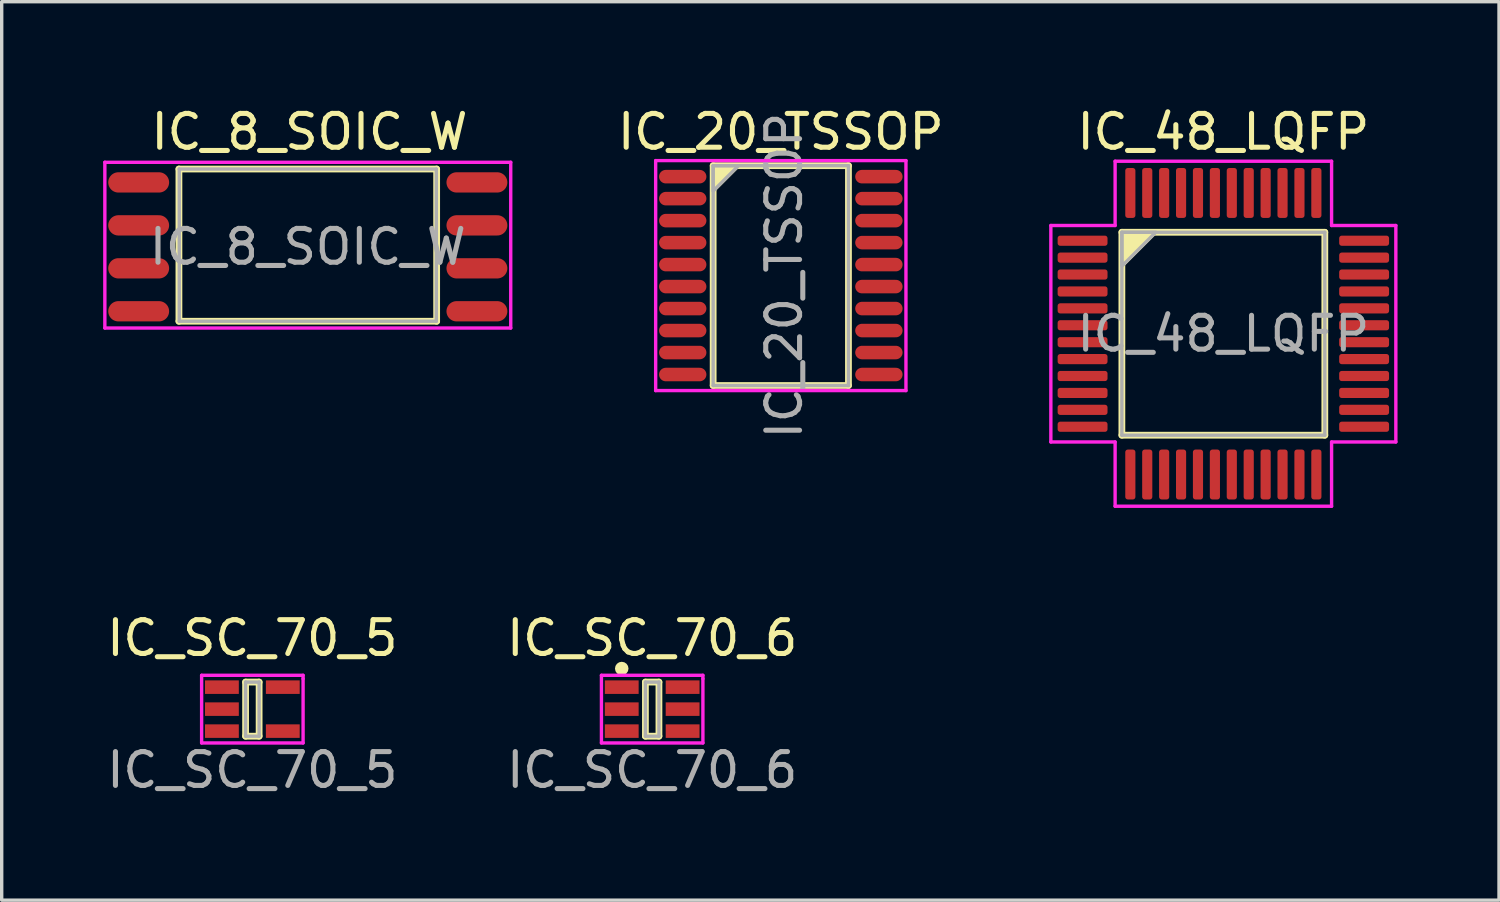
<source format=kicad_pcb>
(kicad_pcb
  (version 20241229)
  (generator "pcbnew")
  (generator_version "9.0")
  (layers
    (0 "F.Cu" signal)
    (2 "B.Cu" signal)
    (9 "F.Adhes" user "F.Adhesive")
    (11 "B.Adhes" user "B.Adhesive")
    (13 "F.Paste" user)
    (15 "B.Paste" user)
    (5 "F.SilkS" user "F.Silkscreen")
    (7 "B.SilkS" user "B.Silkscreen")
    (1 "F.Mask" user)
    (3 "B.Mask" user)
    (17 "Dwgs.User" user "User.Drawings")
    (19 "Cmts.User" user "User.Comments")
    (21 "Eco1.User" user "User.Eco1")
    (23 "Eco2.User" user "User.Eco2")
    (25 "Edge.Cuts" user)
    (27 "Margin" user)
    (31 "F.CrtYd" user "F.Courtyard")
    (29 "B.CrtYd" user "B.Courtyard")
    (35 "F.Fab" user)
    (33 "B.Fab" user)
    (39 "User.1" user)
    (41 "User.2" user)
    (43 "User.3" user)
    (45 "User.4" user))
  (footprint "IC_48_LQFP"
    (layer "F.Cu")
    (at 33.119 6.817)
    (property "Reference" "IC_48_LQFP" (at 0 -5.969 0) (layer "F.SilkS") (effects (font (size 1 1) (thickness 0.15))))
    (attr through_hole)
    (fp_line (start -3 -3) (end 3 -3) (stroke (width 0.2) (type solid)) (layer "F.SilkS"))
    (fp_line (start -3 3) (end -3 -3) (stroke (width 0.2) (type solid)) (layer "F.SilkS"))
    (fp_line (start 3 -3) (end 3 3) (stroke (width 0.2) (type solid)) (layer "F.SilkS"))
    (fp_line (start 3 3) (end -3 3) (stroke (width 0.2) (type solid)) (layer "F.SilkS"))
    (fp_poly (pts (xy -3 -2) (xy -3 -3) (xy -2 -3)) (stroke (width 0.1) (type solid)) (fill yes) (layer "F.SilkS"))
    (fp_line (start -5.1 -3.2) (end -5.1 3.2) (stroke (width 0.1) (type solid)) (layer "F.CrtYd"))
    (fp_line (start -5.1 3.2) (end -3.2 3.2) (stroke (width 0.1) (type solid)) (layer "F.CrtYd"))
    (fp_line (start -3.2 -5.1) (end -3.2 -3.2) (stroke (width 0.1) (type solid)) (layer "F.CrtYd"))
    (fp_line (start -3.2 -3.2) (end -5.1 -3.2) (stroke (width 0.1) (type solid)) (layer "F.CrtYd"))
    (fp_line (start -3.2 3.2) (end -3.2 5.1) (stroke (width 0.1) (type solid)) (layer "F.CrtYd"))
    (fp_line (start -3.2 5.1) (end 3.2 5.1) (stroke (width 0.1) (type solid)) (layer "F.CrtYd"))
    (fp_line (start 3.2 -5.1) (end -3.2 -5.1) (stroke (width 0.1) (type solid)) (layer "F.CrtYd"))
    (fp_line (start 3.2 -3.2) (end 3.2 -5.1) (stroke (width 0.1) (type solid)) (layer "F.CrtYd"))
    (fp_line (start 3.2 3.2) (end 5.1 3.2) (stroke (width 0.1) (type solid)) (layer "F.CrtYd"))
    (fp_line (start 3.2 5.1) (end 3.2 3.2) (stroke (width 0.1) (type solid)) (layer "F.CrtYd"))
    (fp_line (start 5.1 -3.2) (end 3.2 -3.2) (stroke (width 0.1) (type solid)) (layer "F.CrtYd"))
    (fp_line (start 5.1 3.2) (end 5.1 -3.2) (stroke (width 0.1) (type solid)) (layer "F.CrtYd"))
    (fp_line (start -3 -3) (end 3 -3) (stroke (width 0.1) (type solid)) (layer "F.Fab"))
    (fp_line (start -3 3) (end -3 -3) (stroke (width 0.1) (type solid)) (layer "F.Fab"))
    (fp_line (start 3 -3) (end 3 3) (stroke (width 0.1) (type solid)) (layer "F.Fab"))
    (fp_line (start 3 3) (end -3 3) (stroke (width 0.1) (type solid)) (layer "F.Fab"))
    (fp_poly (pts (xy -3 -2) (xy -3 -3) (xy -2 -3)) (stroke (width 0.1) (type solid)) (fill no) (layer "F.Fab"))
    (fp_text user "${REFERENCE}" (at 0 0 0) (layer "F.Fab") (effects (font (size 1 1) (thickness 0.15))))
    (pad "1" smd roundrect (at -4.162 -2.75) (size 1.475 0.3) (layers "F.Cu" "F.Mask" "F.Paste") (roundrect_rratio 0.25))
    (pad "2" smd roundrect (at -4.162 -2.25) (size 1.475 0.3) (layers "F.Cu" "F.Mask" "F.Paste") (roundrect_rratio 0.25))
    (pad "3" smd roundrect (at -4.162 -1.75) (size 1.475 0.3) (layers "F.Cu" "F.Mask" "F.Paste") (roundrect_rratio 0.25))
    (pad "4" smd roundrect (at -4.162 -1.25) (size 1.475 0.3) (layers "F.Cu" "F.Mask" "F.Paste") (roundrect_rratio 0.25))
    (pad "5" smd roundrect (at -4.162 -0.75) (size 1.475 0.3) (layers "F.Cu" "F.Mask" "F.Paste") (roundrect_rratio 0.25))
    (pad "6" smd roundrect (at -4.162 -0.25) (size 1.475 0.3) (layers "F.Cu" "F.Mask" "F.Paste") (roundrect_rratio 0.25))
    (pad "7" smd roundrect (at -4.162 0.25) (size 1.475 0.3) (layers "F.Cu" "F.Mask" "F.Paste") (roundrect_rratio 0.25))
    (pad "8" smd roundrect (at -4.162 0.75) (size 1.475 0.3) (layers "F.Cu" "F.Mask" "F.Paste") (roundrect_rratio 0.25))
    (pad "9" smd roundrect (at -4.162 1.25) (size 1.475 0.3) (layers "F.Cu" "F.Mask" "F.Paste") (roundrect_rratio 0.25))
    (pad "10" smd roundrect (at -4.162 1.75) (size 1.475 0.3) (layers "F.Cu" "F.Mask" "F.Paste") (roundrect_rratio 0.25))
    (pad "11" smd roundrect (at -4.162 2.25) (size 1.475 0.3) (layers "F.Cu" "F.Mask" "F.Paste") (roundrect_rratio 0.25))
    (pad "12" smd roundrect (at -4.162 2.75) (size 1.475 0.3) (layers "F.Cu" "F.Mask" "F.Paste") (roundrect_rratio 0.25))
    (pad "13" smd roundrect (at -2.75 4.162) (size 0.3 1.475) (layers "F.Cu" "F.Mask" "F.Paste") (roundrect_rratio 0.25))
    (pad "14" smd roundrect (at -2.25 4.162) (size 0.3 1.475) (layers "F.Cu" "F.Mask" "F.Paste") (roundrect_rratio 0.25))
    (pad "15" smd roundrect (at -1.75 4.162) (size 0.3 1.475) (layers "F.Cu" "F.Mask" "F.Paste") (roundrect_rratio 0.25))
    (pad "16" smd roundrect (at -1.25 4.162) (size 0.3 1.475) (layers "F.Cu" "F.Mask" "F.Paste") (roundrect_rratio 0.25))
    (pad "17" smd roundrect (at -0.75 4.162) (size 0.3 1.475) (layers "F.Cu" "F.Mask" "F.Paste") (roundrect_rratio 0.25))
    (pad "18" smd roundrect (at -0.25 4.162) (size 0.3 1.475) (layers "F.Cu" "F.Mask" "F.Paste") (roundrect_rratio 0.25))
    (pad "19" smd roundrect (at 0.25 4.162) (size 0.3 1.475) (layers "F.Cu" "F.Mask" "F.Paste") (roundrect_rratio 0.25))
    (pad "20" smd roundrect (at 0.75 4.162) (size 0.3 1.475) (layers "F.Cu" "F.Mask" "F.Paste") (roundrect_rratio 0.25))
    (pad "21" smd roundrect (at 1.25 4.162) (size 0.3 1.475) (layers "F.Cu" "F.Mask" "F.Paste") (roundrect_rratio 0.25))
    (pad "22" smd roundrect (at 1.75 4.162) (size 0.3 1.475) (layers "F.Cu" "F.Mask" "F.Paste") (roundrect_rratio 0.25))
    (pad "23" smd roundrect (at 2.25 4.162) (size 0.3 1.475) (layers "F.Cu" "F.Mask" "F.Paste") (roundrect_rratio 0.25))
    (pad "24" smd roundrect (at 2.75 4.162) (size 0.3 1.475) (layers "F.Cu" "F.Mask" "F.Paste") (roundrect_rratio 0.25))
    (pad "25" smd roundrect (at 4.162 2.75) (size 1.475 0.3) (layers "F.Cu" "F.Mask" "F.Paste") (roundrect_rratio 0.25))
    (pad "26" smd roundrect (at 4.162 2.25) (size 1.475 0.3) (layers "F.Cu" "F.Mask" "F.Paste") (roundrect_rratio 0.25))
    (pad "27" smd roundrect (at 4.162 1.75) (size 1.475 0.3) (layers "F.Cu" "F.Mask" "F.Paste") (roundrect_rratio 0.25))
    (pad "28" smd roundrect (at 4.162 1.25) (size 1.475 0.3) (layers "F.Cu" "F.Mask" "F.Paste") (roundrect_rratio 0.25))
    (pad "29" smd roundrect (at 4.162 0.75) (size 1.475 0.3) (layers "F.Cu" "F.Mask" "F.Paste") (roundrect_rratio 0.25))
    (pad "30" smd roundrect (at 4.162 0.25) (size 1.475 0.3) (layers "F.Cu" "F.Mask" "F.Paste") (roundrect_rratio 0.25))
    (pad "31" smd roundrect (at 4.162 -0.25) (size 1.475 0.3) (layers "F.Cu" "F.Mask" "F.Paste") (roundrect_rratio 0.25))
    (pad "32" smd roundrect (at 4.162 -0.75) (size 1.475 0.3) (layers "F.Cu" "F.Mask" "F.Paste") (roundrect_rratio 0.25))
    (pad "33" smd roundrect (at 4.162 -1.25) (size 1.475 0.3) (layers "F.Cu" "F.Mask" "F.Paste") (roundrect_rratio 0.25))
    (pad "34" smd roundrect (at 4.162 -1.75) (size 1.475 0.3) (layers "F.Cu" "F.Mask" "F.Paste") (roundrect_rratio 0.25))
    (pad "35" smd roundrect (at 4.162 -2.25) (size 1.475 0.3) (layers "F.Cu" "F.Mask" "F.Paste") (roundrect_rratio 0.25))
    (pad "36" smd roundrect (at 4.162 -2.75) (size 1.475 0.3) (layers "F.Cu" "F.Mask" "F.Paste") (roundrect_rratio 0.25))
    (pad "37" smd roundrect (at 2.75 -4.162) (size 0.3 1.475) (layers "F.Cu" "F.Mask" "F.Paste") (roundrect_rratio 0.25))
    (pad "38" smd roundrect (at 2.25 -4.162) (size 0.3 1.475) (layers "F.Cu" "F.Mask" "F.Paste") (roundrect_rratio 0.25))
    (pad "39" smd roundrect (at 1.75 -4.162) (size 0.3 1.475) (layers "F.Cu" "F.Mask" "F.Paste") (roundrect_rratio 0.25))
    (pad "40" smd roundrect (at 1.25 -4.162) (size 0.3 1.475) (layers "F.Cu" "F.Mask" "F.Paste") (roundrect_rratio 0.25))
    (pad "41" smd roundrect (at 0.75 -4.162) (size 0.3 1.475) (layers "F.Cu" "F.Mask" "F.Paste") (roundrect_rratio 0.25))
    (pad "42" smd roundrect (at 0.25 -4.162) (size 0.3 1.475) (layers "F.Cu" "F.Mask" "F.Paste") (roundrect_rratio 0.25))
    (pad "43" smd roundrect (at -0.25 -4.162) (size 0.3 1.475) (layers "F.Cu" "F.Mask" "F.Paste") (roundrect_rratio 0.25))
    (pad "44" smd roundrect (at -0.75 -4.162) (size 0.3 1.475) (layers "F.Cu" "F.Mask" "F.Paste") (roundrect_rratio 0.25))
    (pad "45" smd roundrect (at -1.25 -4.162) (size 0.3 1.475) (layers "F.Cu" "F.Mask" "F.Paste") (roundrect_rratio 0.25))
    (pad "46" smd roundrect (at -1.75 -4.162) (size 0.3 1.475) (layers "F.Cu" "F.Mask" "F.Paste") (roundrect_rratio 0.25))
    (pad "47" smd roundrect (at -2.25 -4.162) (size 0.3 1.475) (layers "F.Cu" "F.Mask" "F.Paste") (roundrect_rratio 0.25))
    (pad "48" smd roundrect (at -2.75 -4.162) (size 0.3 1.475) (layers "F.Cu" "F.Mask" "F.Paste") (roundrect_rratio 0.25)))
  (footprint "IC_SC_70_6"
    (layer "F.Cu")
    (at 16.232 17.916)
    (property "Reference" "IC_SC_70_6" (at 0 -2.1 0) (layer "F.SilkS") (effects (font (size 1 1) (thickness 0.15))))
    (attr through_hole)
    (fp_line (start -0.2 -0.8) (end -0.2 0.8) (stroke (width 0.2) (type solid)) (layer "F.SilkS"))
    (fp_line (start -0.2 0.8) (end 0.2 0.8) (stroke (width 0.2) (type solid)) (layer "F.SilkS"))
    (fp_line (start 0.2 -0.8) (end -0.2 -0.8) (stroke (width 0.2) (type solid)) (layer "F.SilkS"))
    (fp_line (start 0.2 0.8) (end 0.2 -0.8) (stroke (width 0.2) (type solid)) (layer "F.SilkS"))
    (fp_circle (center -0.9 -1.2) (end -0.8 -1.2) (stroke (width 0.2) (type solid)) (fill no) (layer "F.SilkS"))
    (fp_line (start -1.5 -1) (end -1.5 1) (stroke (width 0.1) (type solid)) (layer "F.CrtYd"))
    (fp_line (start -1.5 1) (end 1.5 1) (stroke (width 0.1) (type solid)) (layer "F.CrtYd"))
    (fp_line (start 1.5 -1) (end -1.5 -1) (stroke (width 0.1) (type solid)) (layer "F.CrtYd"))
    (fp_line (start 1.5 -0.9) (end 1.5 -1) (stroke (width 0.1) (type solid)) (layer "F.CrtYd"))
    (fp_line (start 1.5 1) (end 1.5 -0.9) (stroke (width 0.1) (type solid)) (layer "F.CrtYd"))
    (fp_line (start -0.2 -0.8) (end 0.2 -0.8) (stroke (width 0.1) (type solid)) (layer "F.Fab"))
    (fp_line (start -0.2 0.8) (end -0.2 -0.8) (stroke (width 0.1) (type solid)) (layer "F.Fab"))
    (fp_line (start 0.2 -0.8) (end 0.2 0.8) (stroke (width 0.1) (type solid)) (layer "F.Fab"))
    (fp_line (start 0.2 0.8) (end -0.2 0.8) (stroke (width 0.1) (type solid)) (layer "F.Fab"))
    (fp_text user "${REFERENCE}" (at 0 1.8 0) (layer "F.Fab") (effects (font (size 1 1) (thickness 0.15))))
    (pad "1" smd rect (at -0.9 -0.65) (size 1 0.4) (layers "F.Cu" "F.Mask" "F.Paste"))
    (pad "2" smd rect (at -0.9 0) (size 1 0.4) (layers "F.Cu" "F.Mask" "F.Paste"))
    (pad "3" smd rect (at -0.9 0.65) (size 1 0.4) (layers "F.Cu" "F.Mask" "F.Paste"))
    (pad "4" smd rect (at 0.9 0.65) (size 1 0.4) (layers "F.Cu" "F.Mask" "F.Paste"))
    (pad "5" smd rect (at 0.9 0) (size 1 0.4) (layers "F.Cu" "F.Mask" "F.Paste"))
    (pad "6" smd rect (at 0.9 -0.65) (size 1 0.4) (layers "F.Cu" "F.Mask" "F.Paste")))
  (footprint "IC_8_SOIC_W"
    (layer "F.Cu")
    (at 6.05 4.248)
    (property "Reference" "IC_8_SOIC_W" (at 0.05 -3.4 0) (layer "F.SilkS") (effects (font (size 1 1) (thickness 0.15))))
    (attr through_hole)
    (fp_line (start -3.81 -2.3) (end 3.81 -2.3) (stroke (width 0.2) (type solid)) (layer "F.SilkS"))
    (fp_line (start -3.81 2.2) (end -3.81 -2.3) (stroke (width 0.2) (type solid)) (layer "F.SilkS"))
    (fp_line (start 3.81 -2.3) (end 3.81 2.2) (stroke (width 0.2) (type solid)) (layer "F.SilkS"))
    (fp_line (start 3.81 2.2) (end -3.81 2.2) (stroke (width 0.2) (type solid)) (layer "F.SilkS"))
    (fp_line (start -6 -2.5) (end 6 -2.5) (stroke (width 0.1) (type solid)) (layer "F.CrtYd"))
    (fp_line (start -6 2.4) (end -6 -2.5) (stroke (width 0.1) (type solid)) (layer "F.CrtYd"))
    (fp_line (start 6 -2.5) (end 6 2.4) (stroke (width 0.1) (type solid)) (layer "F.CrtYd"))
    (fp_line (start 6 2.4) (end -6 2.4) (stroke (width 0.1) (type solid)) (layer "F.CrtYd"))
    (fp_line (start -3.8 -2.3) (end 3.8 -2.3) (stroke (width 0.1) (type solid)) (layer "F.Fab"))
    (fp_line (start -3.8 2.2) (end -3.8 -2.3) (stroke (width 0.1) (type solid)) (layer "F.Fab"))
    (fp_line (start 3.8 -2.3) (end 3.8 2.2) (stroke (width 0.1) (type solid)) (layer "F.Fab"))
    (fp_line (start 3.8 2.2) (end -3.8 2.2) (stroke (width 0.1) (type solid)) (layer "F.Fab"))
    (fp_text user "${REFERENCE}" (at 0 0 0) (layer "F.Fab") (effects (font (size 1 1) (thickness 0.15))))
    (pad "1" smd oval (at -5 -1.905) (size 1.8 0.6) (layers "F.Cu" "F.Mask" "F.Paste"))
    (pad "2" smd oval (at -5 -0.635) (size 1.8 0.6) (layers "F.Cu" "F.Mask" "F.Paste"))
    (pad "3" smd oval (at -5 0.635) (size 1.8 0.6) (layers "F.Cu" "F.Mask" "F.Paste"))
    (pad "4" smd oval (at -5 1.905) (size 1.8 0.6) (layers "F.Cu" "F.Mask" "F.Paste"))
    (pad "5" smd oval (at 5 1.905) (size 1.8 0.6) (layers "F.Cu" "F.Mask" "F.Paste"))
    (pad "6" smd oval (at 5 0.635) (size 1.8 0.6) (layers "F.Cu" "F.Mask" "F.Paste"))
    (pad "7" smd oval (at 5 -0.635) (size 1.8 0.6) (layers "F.Cu" "F.Mask" "F.Paste"))
    (pad "8" smd oval (at 5 -1.905) (size 1.8 0.6) (layers "F.Cu" "F.Mask" "F.Paste")))
  (footprint "IC_20_TSSOP"
    (layer "F.Cu")
    (at 20.035 5.098)
    (property "Reference" "IC_20_TSSOP" (at 0 -4.25 0) (layer "F.SilkS") (effects (font (size 1 1) (thickness 0.15))))
    (attr through_hole)
    (fp_line (start -2 -3.25) (end 2 -3.25) (stroke (width 0.2) (type solid)) (layer "F.SilkS"))
    (fp_line (start -2 3.25) (end -2 -3.25) (stroke (width 0.2) (type solid)) (layer "F.SilkS"))
    (fp_line (start 2 -3.25) (end 2 3.25) (stroke (width 0.2) (type solid)) (layer "F.SilkS"))
    (fp_line (start 2 3.25) (end -2 3.25) (stroke (width 0.2) (type solid)) (layer "F.SilkS"))
    (fp_poly (pts (xy -2 -2.5) (xy -2 -3.25) (xy -1.25 -3.25)) (stroke (width 0.1) (type solid)) (fill yes) (layer "F.SilkS"))
    (fp_line (start -3.7 -3.4) (end -3.7 3.4) (stroke (width 0.1) (type solid)) (layer "F.CrtYd"))
    (fp_line (start -3.7 3.4) (end 3.7 3.4) (stroke (width 0.1) (type solid)) (layer "F.CrtYd"))
    (fp_line (start 3.7 -3.4) (end -3.7 -3.4) (stroke (width 0.1) (type solid)) (layer "F.CrtYd"))
    (fp_line (start 3.7 3.4) (end 3.7 -3.4) (stroke (width 0.1) (type solid)) (layer "F.CrtYd"))
    (fp_line (start -2 -3.25) (end 2 -3.25) (stroke (width 0.1) (type solid)) (layer "F.Fab"))
    (fp_line (start -2 3.25) (end -2 -3.25) (stroke (width 0.1) (type solid)) (layer "F.Fab"))
    (fp_line (start 2 -3.25) (end 2 3.25) (stroke (width 0.1) (type solid)) (layer "F.Fab"))
    (fp_line (start 2 3.25) (end -2 3.25) (stroke (width 0.1) (type solid)) (layer "F.Fab"))
    (fp_poly (pts (xy -2 -2.5) (xy -2 -3.25) (xy -1.25 -3.25)) (stroke (width 0.1) (type solid)) (fill no) (layer "F.Fab"))
    (fp_text user "${REFERENCE}" (at 0.1 0 90) (layer "F.Fab") (effects (font (size 1 1) (thickness 0.15))))
    (pad "1" smd oval (at -2.9 -2.925) (size 1.4 0.4) (layers "F.Cu" "F.Mask" "F.Paste"))
    (pad "2" smd oval (at -2.9 -2.275) (size 1.4 0.4) (layers "F.Cu" "F.Mask" "F.Paste"))
    (pad "3" smd oval (at -2.9 -1.625) (size 1.4 0.4) (layers "F.Cu" "F.Mask" "F.Paste"))
    (pad "4" smd oval (at -2.9 -0.975) (size 1.4 0.4) (layers "F.Cu" "F.Mask" "F.Paste"))
    (pad "5" smd oval (at -2.9 -0.325) (size 1.4 0.4) (layers "F.Cu" "F.Mask" "F.Paste"))
    (pad "6" smd oval (at -2.9 0.325) (size 1.4 0.4) (layers "F.Cu" "F.Mask" "F.Paste"))
    (pad "7" smd oval (at -2.9 0.975) (size 1.4 0.4) (layers "F.Cu" "F.Mask" "F.Paste"))
    (pad "8" smd oval (at -2.9 1.625) (size 1.4 0.4) (layers "F.Cu" "F.Mask" "F.Paste"))
    (pad "9" smd oval (at -2.9 2.275) (size 1.4 0.4) (layers "F.Cu" "F.Mask" "F.Paste"))
    (pad "10" smd oval (at -2.9 2.925) (size 1.4 0.4) (layers "F.Cu" "F.Mask" "F.Paste"))
    (pad "11" smd oval (at 2.9 2.925) (size 1.4 0.4) (layers "F.Cu" "F.Mask" "F.Paste"))
    (pad "12" smd oval (at 2.9 2.275) (size 1.4 0.4) (layers "F.Cu" "F.Mask" "F.Paste"))
    (pad "13" smd oval (at 2.9 1.625) (size 1.4 0.4) (layers "F.Cu" "F.Mask" "F.Paste"))
    (pad "14" smd oval (at 2.9 0.975) (size 1.4 0.4) (layers "F.Cu" "F.Mask" "F.Paste"))
    (pad "15" smd oval (at 2.9 0.325) (size 1.4 0.4) (layers "F.Cu" "F.Mask" "F.Paste"))
    (pad "16" smd oval (at 2.9 -0.325) (size 1.4 0.4) (layers "F.Cu" "F.Mask" "F.Paste"))
    (pad "17" smd oval (at 2.9 -0.975) (size 1.4 0.4) (layers "F.Cu" "F.Mask" "F.Paste"))
    (pad "18" smd oval (at 2.9 -1.625) (size 1.4 0.4) (layers "F.Cu" "F.Mask" "F.Paste"))
    (pad "19" smd oval (at 2.9 -2.275) (size 1.4 0.4) (layers "F.Cu" "F.Mask" "F.Paste"))
    (pad "20" smd oval (at 2.9 -2.925) (size 1.4 0.4) (layers "F.Cu" "F.Mask" "F.Paste")))
  (footprint "IC_SC_70_5"
    (layer "F.Cu")
    (at 4.411 17.916)
    (property "Reference" "IC_SC_70_5" (at 0 -2.1 0) (layer "F.SilkS") (effects (font (size 1 1) (thickness 0.15))))
    (attr through_hole)
    (fp_line (start -0.2 -0.8) (end -0.2 0.8) (stroke (width 0.2) (type solid)) (layer "F.SilkS"))
    (fp_line (start -0.2 0.8) (end 0.2 0.8) (stroke (width 0.2) (type solid)) (layer "F.SilkS"))
    (fp_line (start 0.2 -0.8) (end -0.2 -0.8) (stroke (width 0.2) (type solid)) (layer "F.SilkS"))
    (fp_line (start 0.2 0.8) (end 0.2 -0.8) (stroke (width 0.2) (type solid)) (layer "F.SilkS"))
    (fp_line (start -1.5 -1) (end -1.5 1) (stroke (width 0.1) (type solid)) (layer "F.CrtYd"))
    (fp_line (start -1.5 1) (end 1.5 1) (stroke (width 0.1) (type solid)) (layer "F.CrtYd"))
    (fp_line (start 1.5 -1) (end -1.5 -1) (stroke (width 0.1) (type solid)) (layer "F.CrtYd"))
    (fp_line (start 1.5 -0.9) (end 1.5 -1) (stroke (width 0.1) (type solid)) (layer "F.CrtYd"))
    (fp_line (start 1.5 1) (end 1.5 -0.9) (stroke (width 0.1) (type solid)) (layer "F.CrtYd"))
    (fp_line (start -0.2 -0.8) (end 0.2 -0.8) (stroke (width 0.1) (type solid)) (layer "F.Fab"))
    (fp_line (start -0.2 0.8) (end -0.2 -0.8) (stroke (width 0.1) (type solid)) (layer "F.Fab"))
    (fp_line (start 0.2 -0.8) (end 0.2 0.8) (stroke (width 0.1) (type solid)) (layer "F.Fab"))
    (fp_line (start 0.2 0.8) (end -0.2 0.8) (stroke (width 0.1) (type solid)) (layer "F.Fab"))
    (fp_text user "${REFERENCE}" (at 0 1.8 0) (layer "F.Fab") (effects (font (size 1 1) (thickness 0.15))))
    (pad "1" smd rect (at -0.9 -0.65) (size 1 0.4) (layers "F.Cu" "F.Mask" "F.Paste"))
    (pad "2" smd rect (at -0.9 0) (size 1 0.4) (layers "F.Cu" "F.Mask" "F.Paste"))
    (pad "3" smd rect (at -0.9 0.65) (size 1 0.4) (layers "F.Cu" "F.Mask" "F.Paste"))
    (pad "4" smd rect (at 0.9 0.65) (size 1 0.4) (layers "F.Cu" "F.Mask" "F.Paste"))
    (pad "5" smd rect (at 0.9 -0.65) (size 1 0.4) (layers "F.Cu" "F.Mask" "F.Paste")))
  (gr_rect
    (start -3 -3)
    (end 41.269 23.564)
    (stroke (width 0.1) (type default))
    (fill no)
    (layer "Edge.Cuts")))
</source>
